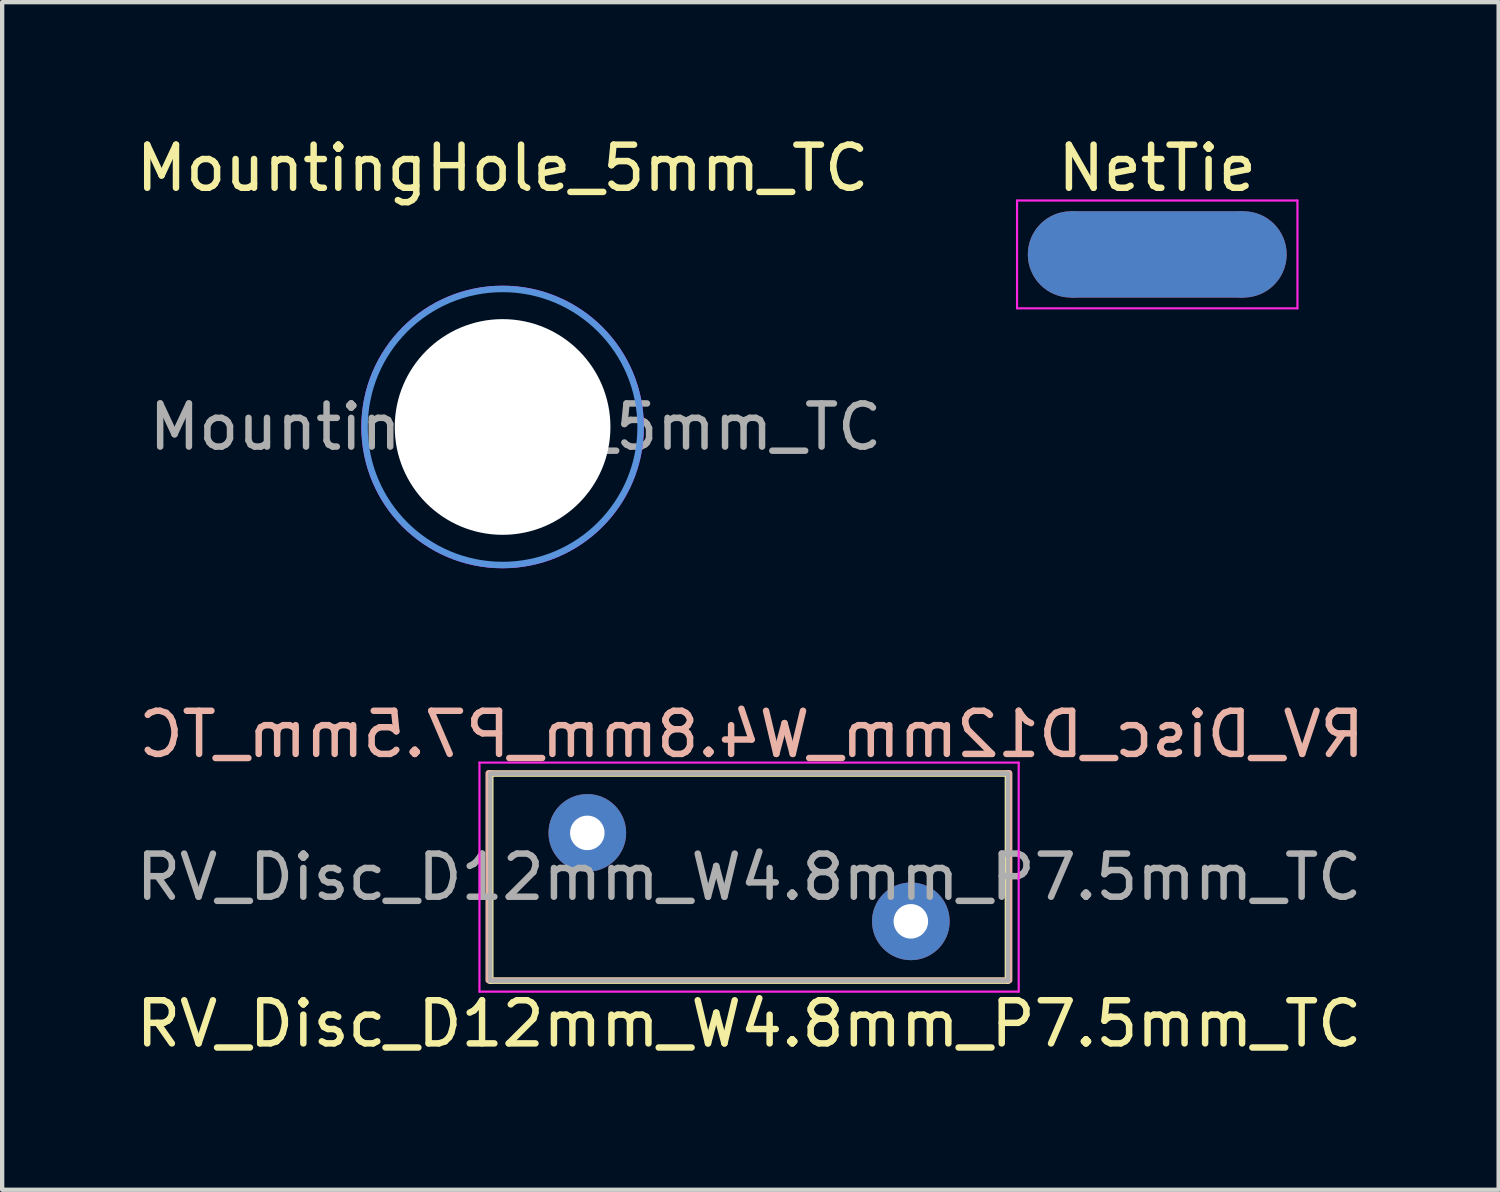
<source format=kicad_pcb>
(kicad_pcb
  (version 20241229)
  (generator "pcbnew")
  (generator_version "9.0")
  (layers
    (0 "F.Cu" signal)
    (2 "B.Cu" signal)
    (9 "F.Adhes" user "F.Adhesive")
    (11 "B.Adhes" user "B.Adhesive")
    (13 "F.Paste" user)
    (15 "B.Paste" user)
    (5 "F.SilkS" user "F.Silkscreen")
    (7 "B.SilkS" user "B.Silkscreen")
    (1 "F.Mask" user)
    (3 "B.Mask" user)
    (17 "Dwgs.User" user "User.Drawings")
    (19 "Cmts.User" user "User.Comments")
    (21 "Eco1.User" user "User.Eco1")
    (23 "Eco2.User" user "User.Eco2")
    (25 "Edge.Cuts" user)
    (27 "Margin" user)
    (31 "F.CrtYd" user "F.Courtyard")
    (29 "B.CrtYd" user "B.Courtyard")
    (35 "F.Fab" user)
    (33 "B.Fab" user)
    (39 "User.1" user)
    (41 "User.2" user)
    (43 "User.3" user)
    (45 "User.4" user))
  (footprint "MountingHole_5mm_TC"
    (layer "F.Cu")
    (at 8.601 6.848)
    (property "Reference" "MountingHole_5mm_TC" (at 0 -6 0) (layer "F.SilkS") (effects (font (size 1 1) (thickness 0.15))))
    (attr exclude_from_pos_files exclude_from_bom)
    (fp_circle (center 0 0) (end 3.2 0) (stroke (width 0.15) (type solid)) (fill no) (layer "Cmts.User"))
    (fp_circle (center 0 0) (end 3.25 0) (stroke (width 0.05) (type solid)) (fill no) (layer "F.CrtYd"))
    (fp_text user "${REFERENCE}" (at 0.3 0 0) (layer "F.Fab") (effects (font (size 1 1) (thickness 0.15))))
    (pad "" np_thru_hole circle (at 0 0) (size 5 5) (drill 5) (layers "*.Cu" "*.Mask")))
  (footprint "NetTie"
    (layer "F.Cu")
    (at 23.777 2.848)
    (property "Reference" "NetTie" (at 0 -2 0) (layer "F.SilkS") (effects (font (size 1 1) (thickness 0.15))))
    (attr exclude_from_pos_files exclude_from_bom)
    (fp_poly (pts (xy -2 -1) (xy 2 -1) (xy 2 1) (xy -2 1)) (stroke (width 0) (type solid)) (fill yes) (layer "F.Cu"))
    (fp_poly (pts (xy -2 -1) (xy 2 -1) (xy 2 1) (xy -2 1)) (stroke (width 0) (type solid)) (fill yes) (layer "B.Cu"))
    (fp_line (start -3.25 -1.25) (end 3.25 -1.25) (stroke (width 0.05) (type solid)) (layer "F.CrtYd"))
    (fp_line (start -3.25 1.25) (end -3.25 -1.25) (stroke (width 0.05) (type solid)) (layer "F.CrtYd"))
    (fp_line (start 3.25 -1.25) (end 3.25 1.25) (stroke (width 0.05) (type solid)) (layer "F.CrtYd"))
    (fp_line (start 3.25 1.25) (end -3.25 1.25) (stroke (width 0.05) (type solid)) (layer "F.CrtYd"))
    (pad "1" smd circle (at -2 0) (size 2 2) (layers "F.Cu"))
    (pad "1" smd circle (at -2 0) (size 2 2) (layers "B.Cu"))
    (pad "2" smd circle (at 2 0) (size 2 2) (layers "F.Cu"))
    (pad "2" smd circle (at 2 0) (size 2 2) (layers "B.Cu")))
  (footprint "RV_Disc_D12mm_W4.8mm_P7.5mm_TC"
    (layer "F.Cu")
    (at 10.565 16.258)
    (property "Reference" "RV_Disc_D12mm_W4.8mm_P7.5mm_TC" (at 3.75 4.425 0) (layer "F.SilkS") (effects (font (size 1 1) (thickness 0.15))))
    (attr through_hole)
    (fp_line (start -2.25 -1.375) (end -2.25 3.425) (stroke (width 0.15) (type solid)) (layer "F.SilkS"))
    (fp_line (start -2.25 -1.375) (end 9.75 -1.375) (stroke (width 0.15) (type solid)) (layer "F.SilkS"))
    (fp_line (start -2.25 3.425) (end 9.75 3.425) (stroke (width 0.15) (type solid)) (layer "F.SilkS"))
    (fp_line (start 9.75 -1.375) (end 9.75 3.425) (stroke (width 0.15) (type solid)) (layer "F.SilkS"))
    (fp_line (start -2.286 -1.384) (end -2.286 3.416) (stroke (width 0.15) (type solid)) (layer "B.SilkS"))
    (fp_line (start -2.286 3.416) (end 9.779 3.416) (stroke (width 0.12) (type solid)) (layer "B.SilkS"))
    (fp_line (start 9.779 -1.384) (end -2.286 -1.384) (stroke (width 0.12) (type solid)) (layer "B.SilkS"))
    (fp_line (start 9.779 -1.384) (end 9.779 3.416) (stroke (width 0.15) (type solid)) (layer "B.SilkS"))
    (fp_line (start -2.5 -1.63) (end -2.5 3.68) (stroke (width 0.05) (type solid)) (layer "F.CrtYd"))
    (fp_line (start -2.5 -1.63) (end 10 -1.63) (stroke (width 0.05) (type solid)) (layer "F.CrtYd"))
    (fp_line (start -2.5 3.68) (end 10 3.68) (stroke (width 0.05) (type solid)) (layer "F.CrtYd"))
    (fp_line (start 10 -1.63) (end 10 3.68) (stroke (width 0.05) (type solid)) (layer "F.CrtYd"))
    (fp_line (start -2.25 -1.375) (end -2.25 3.425) (stroke (width 0.1) (type solid)) (layer "F.Fab"))
    (fp_line (start -2.25 -1.375) (end 9.75 -1.375) (stroke (width 0.1) (type solid)) (layer "F.Fab"))
    (fp_line (start -2.25 3.425) (end 9.75 3.425) (stroke (width 0.1) (type solid)) (layer "F.Fab"))
    (fp_line (start 9.75 -1.375) (end 9.75 3.425) (stroke (width 0.1) (type solid)) (layer "F.Fab"))
    (fp_text user "${REFERENCE}" (at 3.81 -2.286 0) (layer "B.SilkS") (effects (font (size 1 1) (thickness 0.15)) (justify mirror)))
    (fp_text user "${REFERENCE}" (at 3.75 1.025 0) (layer "F.Fab") (effects (font (size 1 1) (thickness 0.15))))
    (pad "1" thru_hole circle (at 0 0) (size 1.8 1.8) (drill 0.8) (layers "*.Cu" "*.Mask"))
    (pad "2" thru_hole circle (at 7.5 2.05) (size 1.8 1.8) (drill 0.8) (layers "*.Cu" "*.Mask")))
  (gr_rect
    (start -3 -3)
    (end 31.691 24.531)
    (stroke (width 0.1) (type default))
    (fill no)
    (layer "Edge.Cuts")))
</source>
